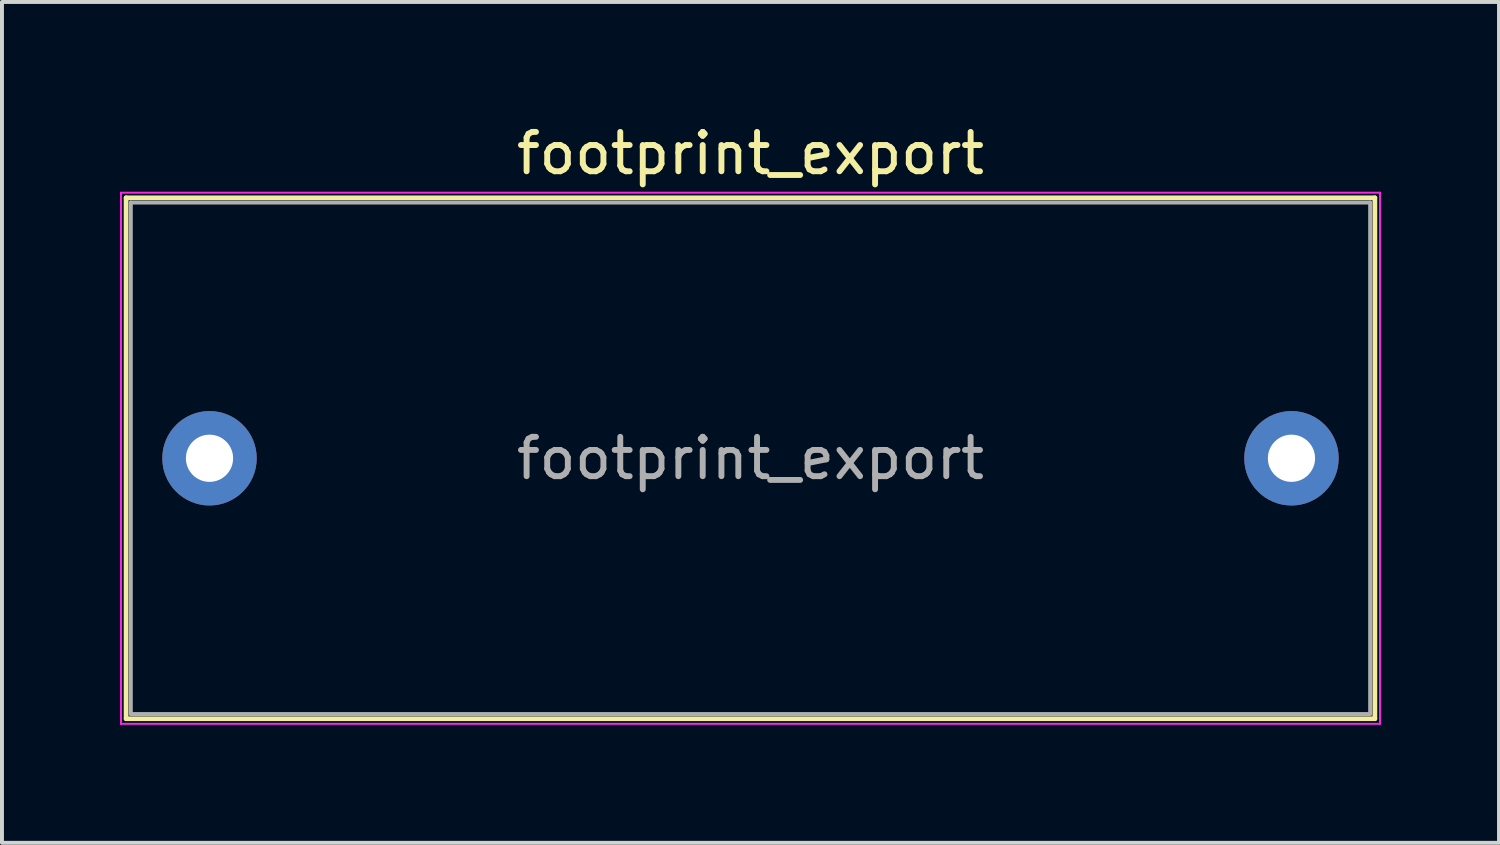
<source format=kicad_pcb>
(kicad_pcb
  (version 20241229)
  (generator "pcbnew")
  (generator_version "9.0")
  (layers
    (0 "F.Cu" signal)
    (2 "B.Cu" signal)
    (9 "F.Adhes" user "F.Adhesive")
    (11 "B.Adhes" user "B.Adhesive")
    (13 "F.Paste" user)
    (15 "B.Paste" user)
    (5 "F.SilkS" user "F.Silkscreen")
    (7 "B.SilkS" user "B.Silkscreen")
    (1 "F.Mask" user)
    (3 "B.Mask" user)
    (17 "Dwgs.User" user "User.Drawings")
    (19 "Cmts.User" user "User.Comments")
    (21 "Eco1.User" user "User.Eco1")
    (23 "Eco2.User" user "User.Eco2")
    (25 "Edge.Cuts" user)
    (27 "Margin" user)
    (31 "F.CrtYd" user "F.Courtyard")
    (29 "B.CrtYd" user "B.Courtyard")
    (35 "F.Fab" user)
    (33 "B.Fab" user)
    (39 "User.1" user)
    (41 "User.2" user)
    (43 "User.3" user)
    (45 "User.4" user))
  (footprint "footprint_export"
    (layer "F.Cu")
    (at 2.275 8.598)
    (property "Reference" "footprint_export" (at 13.75 -7.75 0) (layer "F.SilkS") (effects (font (size 1 1) (thickness 0.15))))
    (attr through_hole)
    (fp_line (start -2.12 -6.62) (end -2.12 6.62) (stroke (width 0.12) (type solid)) (layer "F.SilkS"))
    (fp_line (start -2.12 -6.62) (end 29.62 -6.62) (stroke (width 0.12) (type solid)) (layer "F.SilkS"))
    (fp_line (start -2.12 6.62) (end 29.62 6.62) (stroke (width 0.12) (type solid)) (layer "F.SilkS"))
    (fp_line (start 29.62 -6.62) (end 29.62 6.62) (stroke (width 0.12) (type solid)) (layer "F.SilkS"))
    (fp_line (start -2.25 -6.75) (end -2.25 6.75) (stroke (width 0.05) (type solid)) (layer "F.CrtYd"))
    (fp_line (start -2.25 6.75) (end 29.75 6.75) (stroke (width 0.05) (type solid)) (layer "F.CrtYd"))
    (fp_line (start 29.75 -6.75) (end -2.25 -6.75) (stroke (width 0.05) (type solid)) (layer "F.CrtYd"))
    (fp_line (start 29.75 6.75) (end 29.75 -6.75) (stroke (width 0.05) (type solid)) (layer "F.CrtYd"))
    (fp_line (start -2 -6.5) (end -2 6.5) (stroke (width 0.1) (type solid)) (layer "F.Fab"))
    (fp_line (start -2 6.5) (end 29.5 6.5) (stroke (width 0.1) (type solid)) (layer "F.Fab"))
    (fp_line (start 29.5 -6.5) (end -2 -6.5) (stroke (width 0.1) (type solid)) (layer "F.Fab"))
    (fp_line (start 29.5 6.5) (end 29.5 -6.5) (stroke (width 0.1) (type solid)) (layer "F.Fab"))
    (fp_text user "${REFERENCE}" (at 13.75 0 0) (layer "F.Fab") (effects (font (size 1 1) (thickness 0.15))))
    (pad "1" thru_hole circle (at 0 0) (size 2.4 2.4) (drill 1.2) (layers "*.Cu" "*.Mask"))
    (pad "2" thru_hole circle (at 27.5 0) (size 2.4 2.4) (drill 1.2) (layers "*.Cu" "*.Mask")))
  (gr_rect
    (start -3 -3)
    (end 35.05 18.373)
    (stroke (width 0.1) (type default))
    (fill no)
    (layer "Edge.Cuts")))
</source>
